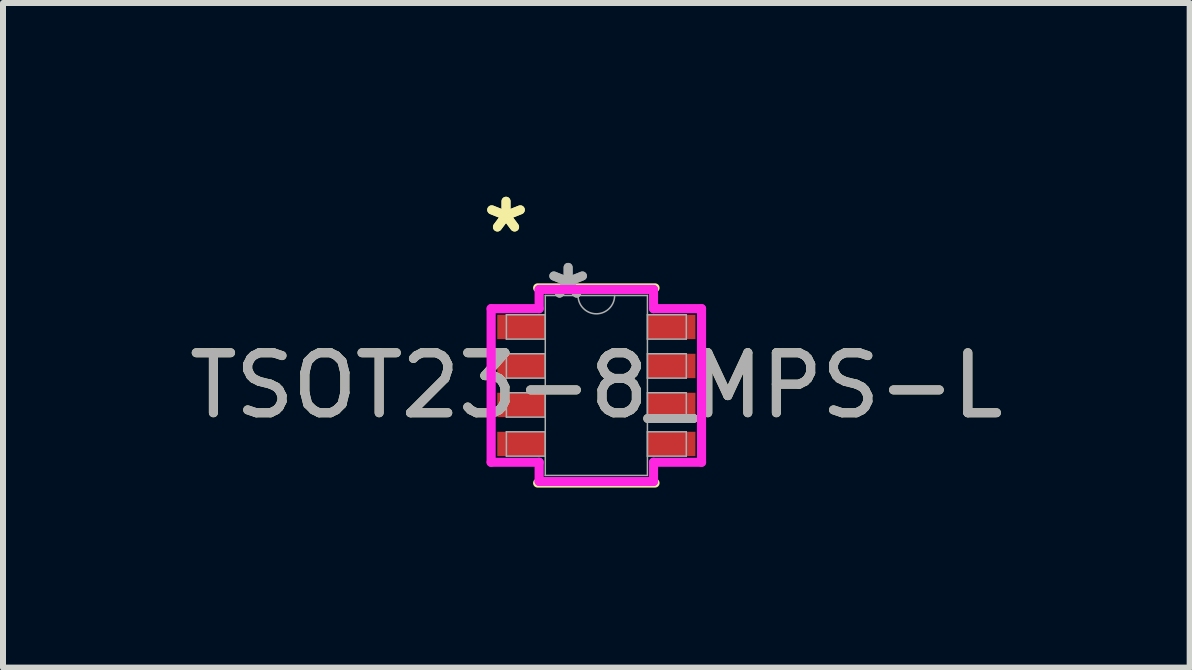
<source format=kicad_pcb>
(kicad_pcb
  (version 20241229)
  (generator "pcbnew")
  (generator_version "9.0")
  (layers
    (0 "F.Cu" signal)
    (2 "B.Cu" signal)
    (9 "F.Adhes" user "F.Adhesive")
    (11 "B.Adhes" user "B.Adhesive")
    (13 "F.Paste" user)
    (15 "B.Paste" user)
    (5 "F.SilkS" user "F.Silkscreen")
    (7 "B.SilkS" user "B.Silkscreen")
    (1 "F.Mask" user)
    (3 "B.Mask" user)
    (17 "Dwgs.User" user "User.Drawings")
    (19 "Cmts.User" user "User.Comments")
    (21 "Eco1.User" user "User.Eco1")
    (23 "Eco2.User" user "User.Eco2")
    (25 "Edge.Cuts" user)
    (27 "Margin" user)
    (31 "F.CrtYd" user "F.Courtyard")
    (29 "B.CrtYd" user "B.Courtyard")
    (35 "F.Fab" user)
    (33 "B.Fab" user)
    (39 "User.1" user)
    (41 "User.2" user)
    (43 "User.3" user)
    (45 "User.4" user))
  (footprint "TSOT23-8_MPS-L"
    (layer "F.Cu")
    (at 6.887 3.373)
    (property "Reference" "TSOT23-8_MPS-L" (at 0 0 0) (unlocked yes) (layer "F.SilkS") (effects (font (size 1 1) (thickness 0.15))))
    (attr smd)
    (fp_line (start -0.978 1.626) (end 0.978 1.626) (stroke (width 0.152) (type solid)) (layer "F.SilkS"))
    (fp_line (start 0.978 -1.626) (end -0.978 -1.626) (stroke (width 0.152) (type solid)) (layer "F.SilkS"))
    (fp_line (start -1.753 -1.28) (end -0.953 -1.28) (stroke (width 0.152) (type solid)) (layer "F.CrtYd"))
    (fp_line (start -1.753 1.28) (end -1.753 -1.28) (stroke (width 0.152) (type solid)) (layer "F.CrtYd"))
    (fp_line (start -1.753 1.28) (end -0.953 1.28) (stroke (width 0.152) (type solid)) (layer "F.CrtYd"))
    (fp_line (start -0.953 -1.6) (end 0.953 -1.6) (stroke (width 0.152) (type solid)) (layer "F.CrtYd"))
    (fp_line (start -0.953 -1.28) (end -0.953 -1.6) (stroke (width 0.152) (type solid)) (layer "F.CrtYd"))
    (fp_line (start -0.953 1.6) (end -0.953 1.28) (stroke (width 0.152) (type solid)) (layer "F.CrtYd"))
    (fp_line (start 0.953 -1.6) (end 0.953 -1.28) (stroke (width 0.152) (type solid)) (layer "F.CrtYd"))
    (fp_line (start 0.953 1.28) (end 0.953 1.6) (stroke (width 0.152) (type solid)) (layer "F.CrtYd"))
    (fp_line (start 0.953 1.6) (end -0.953 1.6) (stroke (width 0.152) (type solid)) (layer "F.CrtYd"))
    (fp_line (start 1.753 -1.28) (end 0.953 -1.28) (stroke (width 0.152) (type solid)) (layer "F.CrtYd"))
    (fp_line (start 1.753 -1.28) (end 1.753 1.28) (stroke (width 0.152) (type solid)) (layer "F.CrtYd"))
    (fp_line (start 1.753 1.28) (end 0.953 1.28) (stroke (width 0.152) (type solid)) (layer "F.CrtYd"))
    (fp_line (start -1.499 -1.178) (end -1.499 -0.772) (stroke (width 0.025) (type solid)) (layer "F.Fab"))
    (fp_line (start -1.499 -0.772) (end -0.851 -0.772) (stroke (width 0.025) (type solid)) (layer "F.Fab"))
    (fp_line (start -1.499 -0.528) (end -1.499 -0.122) (stroke (width 0.025) (type solid)) (layer "F.Fab"))
    (fp_line (start -1.499 -0.122) (end -0.851 -0.122) (stroke (width 0.025) (type solid)) (layer "F.Fab"))
    (fp_line (start -1.499 0.122) (end -1.499 0.528) (stroke (width 0.025) (type solid)) (layer "F.Fab"))
    (fp_line (start -1.499 0.528) (end -0.851 0.528) (stroke (width 0.025) (type solid)) (layer "F.Fab"))
    (fp_line (start -1.499 0.772) (end -1.499 1.178) (stroke (width 0.025) (type solid)) (layer "F.Fab"))
    (fp_line (start -1.499 1.178) (end -0.851 1.178) (stroke (width 0.025) (type solid)) (layer "F.Fab"))
    (fp_line (start -0.851 -1.499) (end -0.851 1.499) (stroke (width 0.025) (type solid)) (layer "F.Fab"))
    (fp_line (start -0.851 -1.178) (end -1.499 -1.178) (stroke (width 0.025) (type solid)) (layer "F.Fab"))
    (fp_line (start -0.851 -0.772) (end -0.851 -1.178) (stroke (width 0.025) (type solid)) (layer "F.Fab"))
    (fp_line (start -0.851 -0.528) (end -1.499 -0.528) (stroke (width 0.025) (type solid)) (layer "F.Fab"))
    (fp_line (start -0.851 -0.122) (end -0.851 -0.528) (stroke (width 0.025) (type solid)) (layer "F.Fab"))
    (fp_line (start -0.851 0.122) (end -1.499 0.122) (stroke (width 0.025) (type solid)) (layer "F.Fab"))
    (fp_line (start -0.851 0.528) (end -0.851 0.122) (stroke (width 0.025) (type solid)) (layer "F.Fab"))
    (fp_line (start -0.851 0.772) (end -1.499 0.772) (stroke (width 0.025) (type solid)) (layer "F.Fab"))
    (fp_line (start -0.851 1.178) (end -0.851 0.772) (stroke (width 0.025) (type solid)) (layer "F.Fab"))
    (fp_line (start -0.851 1.499) (end 0.851 1.499) (stroke (width 0.025) (type solid)) (layer "F.Fab"))
    (fp_line (start 0.851 -1.499) (end -0.851 -1.499) (stroke (width 0.025) (type solid)) (layer "F.Fab"))
    (fp_line (start 0.851 -1.178) (end 0.851 -0.772) (stroke (width 0.025) (type solid)) (layer "F.Fab"))
    (fp_line (start 0.851 -0.772) (end 1.499 -0.772) (stroke (width 0.025) (type solid)) (layer "F.Fab"))
    (fp_line (start 0.851 -0.528) (end 0.851 -0.122) (stroke (width 0.025) (type solid)) (layer "F.Fab"))
    (fp_line (start 0.851 -0.122) (end 1.499 -0.122) (stroke (width 0.025) (type solid)) (layer "F.Fab"))
    (fp_line (start 0.851 0.122) (end 0.851 0.528) (stroke (width 0.025) (type solid)) (layer "F.Fab"))
    (fp_line (start 0.851 0.528) (end 1.499 0.528) (stroke (width 0.025) (type solid)) (layer "F.Fab"))
    (fp_line (start 0.851 0.772) (end 0.851 1.178) (stroke (width 0.025) (type solid)) (layer "F.Fab"))
    (fp_line (start 0.851 1.178) (end 1.499 1.178) (stroke (width 0.025) (type solid)) (layer "F.Fab"))
    (fp_line (start 0.851 1.499) (end 0.851 -1.499) (stroke (width 0.025) (type solid)) (layer "F.Fab"))
    (fp_line (start 1.499 -1.178) (end 0.851 -1.178) (stroke (width 0.025) (type solid)) (layer "F.Fab"))
    (fp_line (start 1.499 -0.772) (end 1.499 -1.178) (stroke (width 0.025) (type solid)) (layer "F.Fab"))
    (fp_line (start 1.499 -0.528) (end 0.851 -0.528) (stroke (width 0.025) (type solid)) (layer "F.Fab"))
    (fp_line (start 1.499 -0.122) (end 1.499 -0.528) (stroke (width 0.025) (type solid)) (layer "F.Fab"))
    (fp_line (start 1.499 0.122) (end 0.851 0.122) (stroke (width 0.025) (type solid)) (layer "F.Fab"))
    (fp_line (start 1.499 0.528) (end 1.499 0.122) (stroke (width 0.025) (type solid)) (layer "F.Fab"))
    (fp_line (start 1.499 0.772) (end 0.851 0.772) (stroke (width 0.025) (type solid)) (layer "F.Fab"))
    (fp_line (start 1.499 1.178) (end 1.499 0.772) (stroke (width 0.025) (type solid)) (layer "F.Fab"))
    (fp_arc (start 0.3048 -1.4986) (mid 0 -1.1938) (end -0.3048 -1.4986) (stroke (width 0.0254) (type solid)) (layer "F.Fab"))
    (fp_text user "*" (at -1.505 -2.524 0) (layer "F.SilkS") (effects (font (size 1 1) (thickness 0.15))))
    (fp_text user "*" (at -1.505 -2.524 0) (unlocked yes) (layer "F.SilkS") (effects (font (size 1 1) (thickness 0.15))))
    (fp_text user "*" (at -0.47 -1.422 0) (layer "F.Fab") (effects (font (size 1 1) (thickness 0.15))))
    (fp_text user "${REFERENCE}" (at 0 0 0) (unlocked yes) (layer "F.Fab") (effects (font (size 1 1) (thickness 0.15))))
    (fp_text user "*" (at -0.47 -1.422 0) (unlocked yes) (layer "F.Fab") (effects (font (size 1 1) (thickness 0.15))))
    (pad "1" smd rect (at -1.251 -0.975) (size 0.8 0.406) (layers "F.Cu" "F.Mask" "F.Paste"))
    (pad "2" smd rect (at -1.251 -0.325) (size 0.8 0.406) (layers "F.Cu" "F.Mask" "F.Paste"))
    (pad "3" smd rect (at -1.251 0.325) (size 0.8 0.406) (layers "F.Cu" "F.Mask" "F.Paste"))
    (pad "4" smd rect (at -1.251 0.975) (size 0.8 0.406) (layers "F.Cu" "F.Mask" "F.Paste"))
    (pad "5" smd rect (at 1.251 0.975) (size 0.8 0.406) (layers "F.Cu" "F.Mask" "F.Paste"))
    (pad "6" smd rect (at 1.251 0.325) (size 0.8 0.406) (layers "F.Cu" "F.Mask" "F.Paste"))
    (pad "7" smd rect (at 1.251 -0.325) (size 0.8 0.406) (layers "F.Cu" "F.Mask" "F.Paste"))
    (pad "8" smd rect (at 1.251 -0.975) (size 0.8 0.406) (layers "F.Cu" "F.Mask" "F.Paste")))
  (gr_rect
    (start -3 -3)
    (end 16.774 8.074)
    (stroke (width 0.1) (type default))
    (fill no)
    (layer "Edge.Cuts")))
</source>
